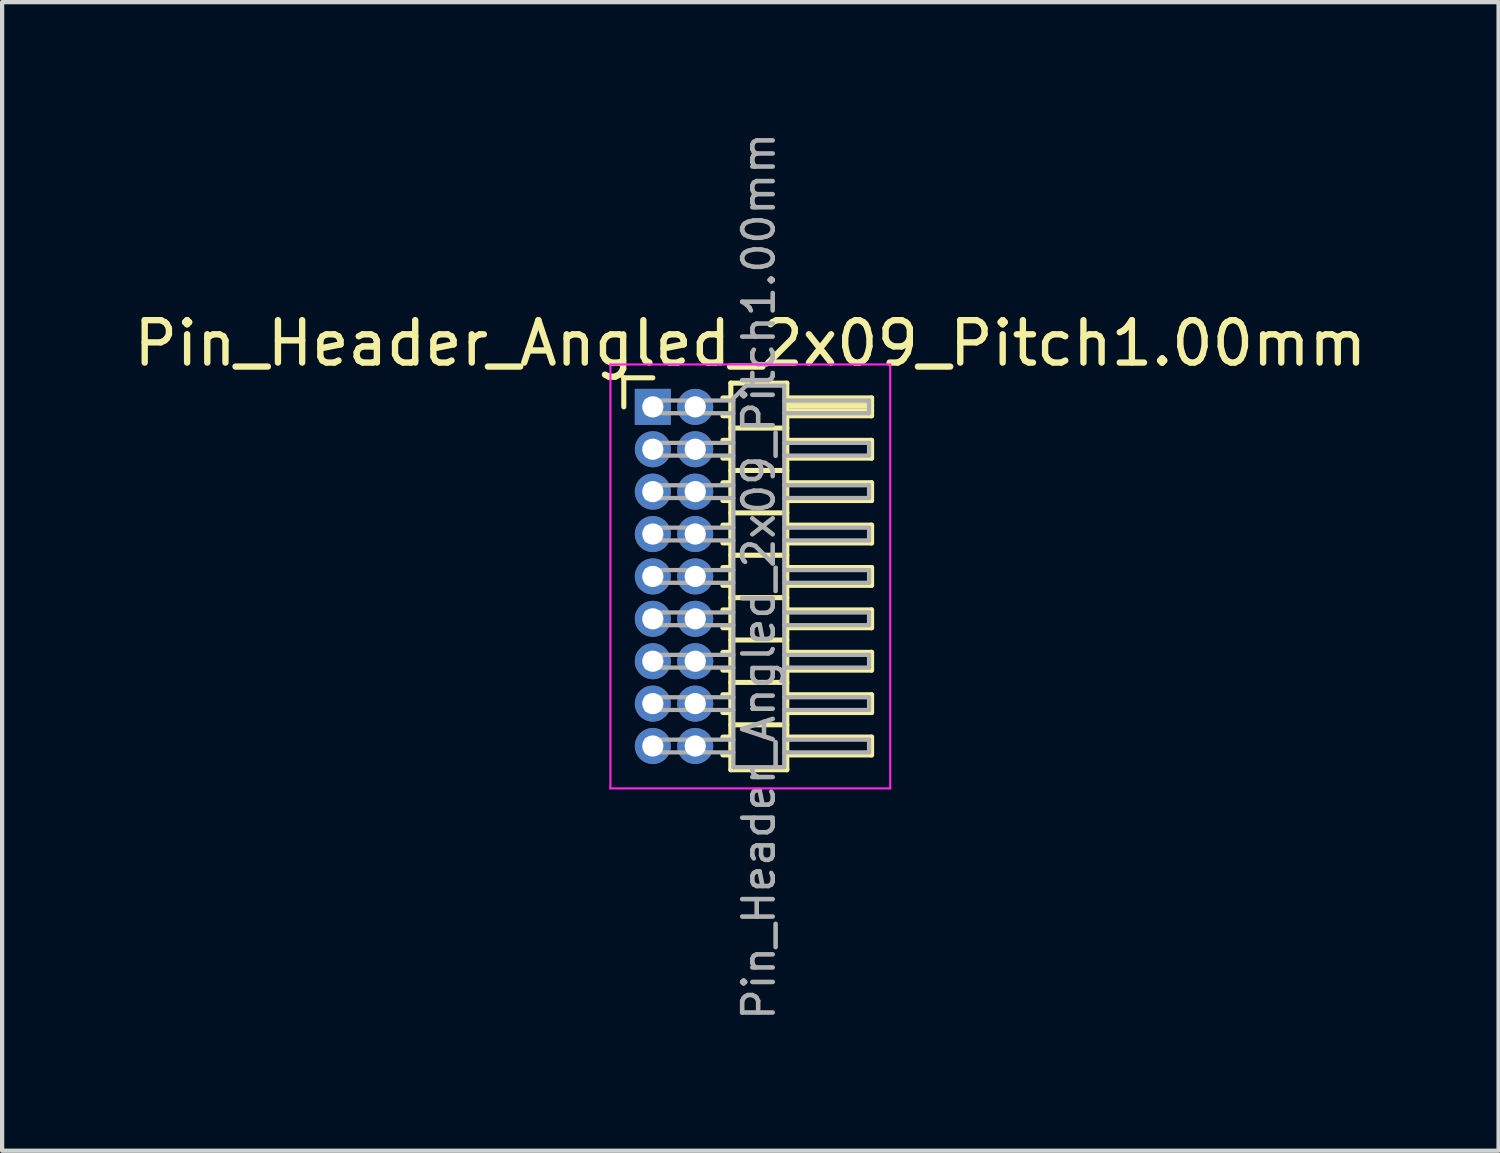
<source format=kicad_pcb>
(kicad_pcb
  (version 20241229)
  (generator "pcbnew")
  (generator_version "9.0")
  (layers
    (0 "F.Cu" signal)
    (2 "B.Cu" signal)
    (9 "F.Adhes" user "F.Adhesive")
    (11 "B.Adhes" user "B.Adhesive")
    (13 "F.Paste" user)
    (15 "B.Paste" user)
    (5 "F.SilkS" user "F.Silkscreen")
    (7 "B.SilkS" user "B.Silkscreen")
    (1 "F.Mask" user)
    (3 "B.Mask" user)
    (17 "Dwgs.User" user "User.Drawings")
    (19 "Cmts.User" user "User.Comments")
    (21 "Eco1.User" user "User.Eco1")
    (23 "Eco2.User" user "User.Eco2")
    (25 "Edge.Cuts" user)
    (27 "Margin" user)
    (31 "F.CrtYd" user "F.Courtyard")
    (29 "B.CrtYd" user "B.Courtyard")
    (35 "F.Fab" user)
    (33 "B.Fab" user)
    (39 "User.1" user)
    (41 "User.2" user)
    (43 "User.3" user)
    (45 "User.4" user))
  (footprint "Pin_Header_Angled_2x09_Pitch1.00mm"
    (layer "F.Cu")
    (at 12.349 6.547)
    (property "Reference" "Pin_Header_Angled_2x09_Pitch1.00mm" (at 2.3 -1.5 0) (layer "F.SilkS") (effects (font (size 1 1) (thickness 0.15))))
    (attr through_hole)
    (fp_line (start -0.685 -0.685) (end 0 -0.685) (stroke (width 0.12) (type solid)) (layer "F.SilkS"))
    (fp_line (start -0.685 0) (end -0.685 -0.685) (stroke (width 0.12) (type solid)) (layer "F.SilkS"))
    (fp_line (start 1.652 -0.21) (end 1.84 -0.21) (stroke (width 0.12) (type solid)) (layer "F.SilkS"))
    (fp_line (start 1.652 0.21) (end 1.84 0.21) (stroke (width 0.12) (type solid)) (layer "F.SilkS"))
    (fp_line (start 1.652 0.79) (end 1.84 0.79) (stroke (width 0.12) (type solid)) (layer "F.SilkS"))
    (fp_line (start 1.652 1.21) (end 1.84 1.21) (stroke (width 0.12) (type solid)) (layer "F.SilkS"))
    (fp_line (start 1.652 1.79) (end 1.84 1.79) (stroke (width 0.12) (type solid)) (layer "F.SilkS"))
    (fp_line (start 1.652 2.21) (end 1.84 2.21) (stroke (width 0.12) (type solid)) (layer "F.SilkS"))
    (fp_line (start 1.652 2.79) (end 1.84 2.79) (stroke (width 0.12) (type solid)) (layer "F.SilkS"))
    (fp_line (start 1.652 3.21) (end 1.84 3.21) (stroke (width 0.12) (type solid)) (layer "F.SilkS"))
    (fp_line (start 1.652 3.79) (end 1.84 3.79) (stroke (width 0.12) (type solid)) (layer "F.SilkS"))
    (fp_line (start 1.652 4.21) (end 1.84 4.21) (stroke (width 0.12) (type solid)) (layer "F.SilkS"))
    (fp_line (start 1.652 4.79) (end 1.84 4.79) (stroke (width 0.12) (type solid)) (layer "F.SilkS"))
    (fp_line (start 1.652 5.21) (end 1.84 5.21) (stroke (width 0.12) (type solid)) (layer "F.SilkS"))
    (fp_line (start 1.652 5.79) (end 1.84 5.79) (stroke (width 0.12) (type solid)) (layer "F.SilkS"))
    (fp_line (start 1.652 6.21) (end 1.84 6.21) (stroke (width 0.12) (type solid)) (layer "F.SilkS"))
    (fp_line (start 1.652 6.79) (end 1.84 6.79) (stroke (width 0.12) (type solid)) (layer "F.SilkS"))
    (fp_line (start 1.652 7.21) (end 1.84 7.21) (stroke (width 0.12) (type solid)) (layer "F.SilkS"))
    (fp_line (start 1.652 7.79) (end 1.84 7.79) (stroke (width 0.12) (type solid)) (layer "F.SilkS"))
    (fp_line (start 1.652 8.21) (end 1.84 8.21) (stroke (width 0.12) (type solid)) (layer "F.SilkS"))
    (fp_line (start 1.84 -0.56) (end 1.84 8.56) (stroke (width 0.12) (type solid)) (layer "F.SilkS"))
    (fp_line (start 1.84 0.5) (end 3.16 0.5) (stroke (width 0.12) (type solid)) (layer "F.SilkS"))
    (fp_line (start 1.84 1.5) (end 3.16 1.5) (stroke (width 0.12) (type solid)) (layer "F.SilkS"))
    (fp_line (start 1.84 2.5) (end 3.16 2.5) (stroke (width 0.12) (type solid)) (layer "F.SilkS"))
    (fp_line (start 1.84 3.5) (end 3.16 3.5) (stroke (width 0.12) (type solid)) (layer "F.SilkS"))
    (fp_line (start 1.84 4.5) (end 3.16 4.5) (stroke (width 0.12) (type solid)) (layer "F.SilkS"))
    (fp_line (start 1.84 5.5) (end 3.16 5.5) (stroke (width 0.12) (type solid)) (layer "F.SilkS"))
    (fp_line (start 1.84 6.5) (end 3.16 6.5) (stroke (width 0.12) (type solid)) (layer "F.SilkS"))
    (fp_line (start 1.84 7.5) (end 3.16 7.5) (stroke (width 0.12) (type solid)) (layer "F.SilkS"))
    (fp_line (start 1.84 8.56) (end 3.16 8.56) (stroke (width 0.12) (type solid)) (layer "F.SilkS"))
    (fp_line (start 3.16 -0.56) (end 1.84 -0.56) (stroke (width 0.12) (type solid)) (layer "F.SilkS"))
    (fp_line (start 3.16 -0.21) (end 5.16 -0.21) (stroke (width 0.12) (type solid)) (layer "F.SilkS"))
    (fp_line (start 3.16 -0.15) (end 5.16 -0.15) (stroke (width 0.12) (type solid)) (layer "F.SilkS"))
    (fp_line (start 3.16 -0.03) (end 5.16 -0.03) (stroke (width 0.12) (type solid)) (layer "F.SilkS"))
    (fp_line (start 3.16 0.09) (end 5.16 0.09) (stroke (width 0.12) (type solid)) (layer "F.SilkS"))
    (fp_line (start 3.16 0.79) (end 5.16 0.79) (stroke (width 0.12) (type solid)) (layer "F.SilkS"))
    (fp_line (start 3.16 1.79) (end 5.16 1.79) (stroke (width 0.12) (type solid)) (layer "F.SilkS"))
    (fp_line (start 3.16 2.79) (end 5.16 2.79) (stroke (width 0.12) (type solid)) (layer "F.SilkS"))
    (fp_line (start 3.16 3.79) (end 5.16 3.79) (stroke (width 0.12) (type solid)) (layer "F.SilkS"))
    (fp_line (start 3.16 4.79) (end 5.16 4.79) (stroke (width 0.12) (type solid)) (layer "F.SilkS"))
    (fp_line (start 3.16 5.79) (end 5.16 5.79) (stroke (width 0.12) (type solid)) (layer "F.SilkS"))
    (fp_line (start 3.16 6.79) (end 5.16 6.79) (stroke (width 0.12) (type solid)) (layer "F.SilkS"))
    (fp_line (start 3.16 7.79) (end 5.16 7.79) (stroke (width 0.12) (type solid)) (layer "F.SilkS"))
    (fp_line (start 3.16 8.56) (end 3.16 -0.56) (stroke (width 0.12) (type solid)) (layer "F.SilkS"))
    (fp_line (start 5.16 -0.21) (end 5.16 0.21) (stroke (width 0.12) (type solid)) (layer "F.SilkS"))
    (fp_line (start 5.16 0.21) (end 3.16 0.21) (stroke (width 0.12) (type solid)) (layer "F.SilkS"))
    (fp_line (start 5.16 0.79) (end 5.16 1.21) (stroke (width 0.12) (type solid)) (layer "F.SilkS"))
    (fp_line (start 5.16 1.21) (end 3.16 1.21) (stroke (width 0.12) (type solid)) (layer "F.SilkS"))
    (fp_line (start 5.16 1.79) (end 5.16 2.21) (stroke (width 0.12) (type solid)) (layer "F.SilkS"))
    (fp_line (start 5.16 2.21) (end 3.16 2.21) (stroke (width 0.12) (type solid)) (layer "F.SilkS"))
    (fp_line (start 5.16 2.79) (end 5.16 3.21) (stroke (width 0.12) (type solid)) (layer "F.SilkS"))
    (fp_line (start 5.16 3.21) (end 3.16 3.21) (stroke (width 0.12) (type solid)) (layer "F.SilkS"))
    (fp_line (start 5.16 3.79) (end 5.16 4.21) (stroke (width 0.12) (type solid)) (layer "F.SilkS"))
    (fp_line (start 5.16 4.21) (end 3.16 4.21) (stroke (width 0.12) (type solid)) (layer "F.SilkS"))
    (fp_line (start 5.16 4.79) (end 5.16 5.21) (stroke (width 0.12) (type solid)) (layer "F.SilkS"))
    (fp_line (start 5.16 5.21) (end 3.16 5.21) (stroke (width 0.12) (type solid)) (layer "F.SilkS"))
    (fp_line (start 5.16 5.79) (end 5.16 6.21) (stroke (width 0.12) (type solid)) (layer "F.SilkS"))
    (fp_line (start 5.16 6.21) (end 3.16 6.21) (stroke (width 0.12) (type solid)) (layer "F.SilkS"))
    (fp_line (start 5.16 6.79) (end 5.16 7.21) (stroke (width 0.12) (type solid)) (layer "F.SilkS"))
    (fp_line (start 5.16 7.21) (end 3.16 7.21) (stroke (width 0.12) (type solid)) (layer "F.SilkS"))
    (fp_line (start 5.16 7.79) (end 5.16 8.21) (stroke (width 0.12) (type solid)) (layer "F.SilkS"))
    (fp_line (start 5.16 8.21) (end 3.16 8.21) (stroke (width 0.12) (type solid)) (layer "F.SilkS"))
    (fp_line (start -1 -1) (end -1 9) (stroke (width 0.05) (type solid)) (layer "F.CrtYd"))
    (fp_line (start -1 9) (end 5.6 9) (stroke (width 0.05) (type solid)) (layer "F.CrtYd"))
    (fp_line (start 5.6 -1) (end -1 -1) (stroke (width 0.05) (type solid)) (layer "F.CrtYd"))
    (fp_line (start 5.6 9) (end 5.6 -1) (stroke (width 0.05) (type solid)) (layer "F.CrtYd"))
    (fp_line (start -0.15 -0.15) (end -0.15 0.15) (stroke (width 0.1) (type solid)) (layer "F.Fab"))
    (fp_line (start -0.15 -0.15) (end 1.9 -0.15) (stroke (width 0.1) (type solid)) (layer "F.Fab"))
    (fp_line (start -0.15 0.15) (end 1.9 0.15) (stroke (width 0.1) (type solid)) (layer "F.Fab"))
    (fp_line (start -0.15 0.85) (end -0.15 1.15) (stroke (width 0.1) (type solid)) (layer "F.Fab"))
    (fp_line (start -0.15 0.85) (end 1.9 0.85) (stroke (width 0.1) (type solid)) (layer "F.Fab"))
    (fp_line (start -0.15 1.15) (end 1.9 1.15) (stroke (width 0.1) (type solid)) (layer "F.Fab"))
    (fp_line (start -0.15 1.85) (end -0.15 2.15) (stroke (width 0.1) (type solid)) (layer "F.Fab"))
    (fp_line (start -0.15 1.85) (end 1.9 1.85) (stroke (width 0.1) (type solid)) (layer "F.Fab"))
    (fp_line (start -0.15 2.15) (end 1.9 2.15) (stroke (width 0.1) (type solid)) (layer "F.Fab"))
    (fp_line (start -0.15 2.85) (end -0.15 3.15) (stroke (width 0.1) (type solid)) (layer "F.Fab"))
    (fp_line (start -0.15 2.85) (end 1.9 2.85) (stroke (width 0.1) (type solid)) (layer "F.Fab"))
    (fp_line (start -0.15 3.15) (end 1.9 3.15) (stroke (width 0.1) (type solid)) (layer "F.Fab"))
    (fp_line (start -0.15 3.85) (end -0.15 4.15) (stroke (width 0.1) (type solid)) (layer "F.Fab"))
    (fp_line (start -0.15 3.85) (end 1.9 3.85) (stroke (width 0.1) (type solid)) (layer "F.Fab"))
    (fp_line (start -0.15 4.15) (end 1.9 4.15) (stroke (width 0.1) (type solid)) (layer "F.Fab"))
    (fp_line (start -0.15 4.85) (end -0.15 5.15) (stroke (width 0.1) (type solid)) (layer "F.Fab"))
    (fp_line (start -0.15 4.85) (end 1.9 4.85) (stroke (width 0.1) (type solid)) (layer "F.Fab"))
    (fp_line (start -0.15 5.15) (end 1.9 5.15) (stroke (width 0.1) (type solid)) (layer "F.Fab"))
    (fp_line (start -0.15 5.85) (end -0.15 6.15) (stroke (width 0.1) (type solid)) (layer "F.Fab"))
    (fp_line (start -0.15 5.85) (end 1.9 5.85) (stroke (width 0.1) (type solid)) (layer "F.Fab"))
    (fp_line (start -0.15 6.15) (end 1.9 6.15) (stroke (width 0.1) (type solid)) (layer "F.Fab"))
    (fp_line (start -0.15 6.85) (end -0.15 7.15) (stroke (width 0.1) (type solid)) (layer "F.Fab"))
    (fp_line (start -0.15 6.85) (end 1.9 6.85) (stroke (width 0.1) (type solid)) (layer "F.Fab"))
    (fp_line (start -0.15 7.15) (end 1.9 7.15) (stroke (width 0.1) (type solid)) (layer "F.Fab"))
    (fp_line (start -0.15 7.85) (end -0.15 8.15) (stroke (width 0.1) (type solid)) (layer "F.Fab"))
    (fp_line (start -0.15 7.85) (end 1.9 7.85) (stroke (width 0.1) (type solid)) (layer "F.Fab"))
    (fp_line (start -0.15 8.15) (end 1.9 8.15) (stroke (width 0.1) (type solid)) (layer "F.Fab"))
    (fp_line (start 1.9 -0.2) (end 2.2 -0.5) (stroke (width 0.1) (type solid)) (layer "F.Fab"))
    (fp_line (start 1.9 8.5) (end 1.9 -0.2) (stroke (width 0.1) (type solid)) (layer "F.Fab"))
    (fp_line (start 2.2 -0.5) (end 3.1 -0.5) (stroke (width 0.1) (type solid)) (layer "F.Fab"))
    (fp_line (start 3.1 -0.5) (end 3.1 8.5) (stroke (width 0.1) (type solid)) (layer "F.Fab"))
    (fp_line (start 3.1 -0.15) (end 5.1 -0.15) (stroke (width 0.1) (type solid)) (layer "F.Fab"))
    (fp_line (start 3.1 0.15) (end 5.1 0.15) (stroke (width 0.1) (type solid)) (layer "F.Fab"))
    (fp_line (start 3.1 0.85) (end 5.1 0.85) (stroke (width 0.1) (type solid)) (layer "F.Fab"))
    (fp_line (start 3.1 1.15) (end 5.1 1.15) (stroke (width 0.1) (type solid)) (layer "F.Fab"))
    (fp_line (start 3.1 1.85) (end 5.1 1.85) (stroke (width 0.1) (type solid)) (layer "F.Fab"))
    (fp_line (start 3.1 2.15) (end 5.1 2.15) (stroke (width 0.1) (type solid)) (layer "F.Fab"))
    (fp_line (start 3.1 2.85) (end 5.1 2.85) (stroke (width 0.1) (type solid)) (layer "F.Fab"))
    (fp_line (start 3.1 3.15) (end 5.1 3.15) (stroke (width 0.1) (type solid)) (layer "F.Fab"))
    (fp_line (start 3.1 3.85) (end 5.1 3.85) (stroke (width 0.1) (type solid)) (layer "F.Fab"))
    (fp_line (start 3.1 4.15) (end 5.1 4.15) (stroke (width 0.1) (type solid)) (layer "F.Fab"))
    (fp_line (start 3.1 4.85) (end 5.1 4.85) (stroke (width 0.1) (type solid)) (layer "F.Fab"))
    (fp_line (start 3.1 5.15) (end 5.1 5.15) (stroke (width 0.1) (type solid)) (layer "F.Fab"))
    (fp_line (start 3.1 5.85) (end 5.1 5.85) (stroke (width 0.1) (type solid)) (layer "F.Fab"))
    (fp_line (start 3.1 6.15) (end 5.1 6.15) (stroke (width 0.1) (type solid)) (layer "F.Fab"))
    (fp_line (start 3.1 6.85) (end 5.1 6.85) (stroke (width 0.1) (type solid)) (layer "F.Fab"))
    (fp_line (start 3.1 7.15) (end 5.1 7.15) (stroke (width 0.1) (type solid)) (layer "F.Fab"))
    (fp_line (start 3.1 7.85) (end 5.1 7.85) (stroke (width 0.1) (type solid)) (layer "F.Fab"))
    (fp_line (start 3.1 8.15) (end 5.1 8.15) (stroke (width 0.1) (type solid)) (layer "F.Fab"))
    (fp_line (start 3.1 8.5) (end 1.9 8.5) (stroke (width 0.1) (type solid)) (layer "F.Fab"))
    (fp_line (start 5.1 -0.15) (end 5.1 0.15) (stroke (width 0.1) (type solid)) (layer "F.Fab"))
    (fp_line (start 5.1 0.85) (end 5.1 1.15) (stroke (width 0.1) (type solid)) (layer "F.Fab"))
    (fp_line (start 5.1 1.85) (end 5.1 2.15) (stroke (width 0.1) (type solid)) (layer "F.Fab"))
    (fp_line (start 5.1 2.85) (end 5.1 3.15) (stroke (width 0.1) (type solid)) (layer "F.Fab"))
    (fp_line (start 5.1 3.85) (end 5.1 4.15) (stroke (width 0.1) (type solid)) (layer "F.Fab"))
    (fp_line (start 5.1 4.85) (end 5.1 5.15) (stroke (width 0.1) (type solid)) (layer "F.Fab"))
    (fp_line (start 5.1 5.85) (end 5.1 6.15) (stroke (width 0.1) (type solid)) (layer "F.Fab"))
    (fp_line (start 5.1 6.85) (end 5.1 7.15) (stroke (width 0.1) (type solid)) (layer "F.Fab"))
    (fp_line (start 5.1 7.85) (end 5.1 8.15) (stroke (width 0.1) (type solid)) (layer "F.Fab"))
    (fp_text user "${REFERENCE}" (at 2.5 4 90) (layer "F.Fab") (effects (font (size 0.72 0.72) (thickness 0.108))))
    (pad "1" thru_hole rect (at 0 0) (size 0.85 0.85) (drill 0.5) (layers "*.Cu" "*.Mask"))
    (pad "2" thru_hole oval (at 1 0) (size 0.85 0.85) (drill 0.5) (layers "*.Cu" "*.Mask"))
    (pad "3" thru_hole oval (at 0 1) (size 0.85 0.85) (drill 0.5) (layers "*.Cu" "*.Mask"))
    (pad "4" thru_hole oval (at 1 1) (size 0.85 0.85) (drill 0.5) (layers "*.Cu" "*.Mask"))
    (pad "5" thru_hole oval (at 0 2) (size 0.85 0.85) (drill 0.5) (layers "*.Cu" "*.Mask"))
    (pad "6" thru_hole oval (at 1 2) (size 0.85 0.85) (drill 0.5) (layers "*.Cu" "*.Mask"))
    (pad "7" thru_hole oval (at 0 3) (size 0.85 0.85) (drill 0.5) (layers "*.Cu" "*.Mask"))
    (pad "8" thru_hole oval (at 1 3) (size 0.85 0.85) (drill 0.5) (layers "*.Cu" "*.Mask"))
    (pad "9" thru_hole oval (at 0 4) (size 0.85 0.85) (drill 0.5) (layers "*.Cu" "*.Mask"))
    (pad "10" thru_hole oval (at 1 4) (size 0.85 0.85) (drill 0.5) (layers "*.Cu" "*.Mask"))
    (pad "11" thru_hole oval (at 0 5) (size 0.85 0.85) (drill 0.5) (layers "*.Cu" "*.Mask"))
    (pad "12" thru_hole oval (at 1 5) (size 0.85 0.85) (drill 0.5) (layers "*.Cu" "*.Mask"))
    (pad "13" thru_hole oval (at 0 6) (size 0.85 0.85) (drill 0.5) (layers "*.Cu" "*.Mask"))
    (pad "14" thru_hole oval (at 1 6) (size 0.85 0.85) (drill 0.5) (layers "*.Cu" "*.Mask"))
    (pad "15" thru_hole oval (at 0 7) (size 0.85 0.85) (drill 0.5) (layers "*.Cu" "*.Mask"))
    (pad "16" thru_hole oval (at 1 7) (size 0.85 0.85) (drill 0.5) (layers "*.Cu" "*.Mask"))
    (pad "17" thru_hole oval (at 0 8) (size 0.85 0.85) (drill 0.5) (layers "*.Cu" "*.Mask"))
    (pad "18" thru_hole oval (at 1 8) (size 0.85 0.85) (drill 0.5) (layers "*.Cu" "*.Mask")))
  (gr_rect
    (start -3 -3)
    (end 32.298 24.094)
    (stroke (width 0.1) (type default))
    (fill no)
    (layer "Edge.Cuts")))
</source>
